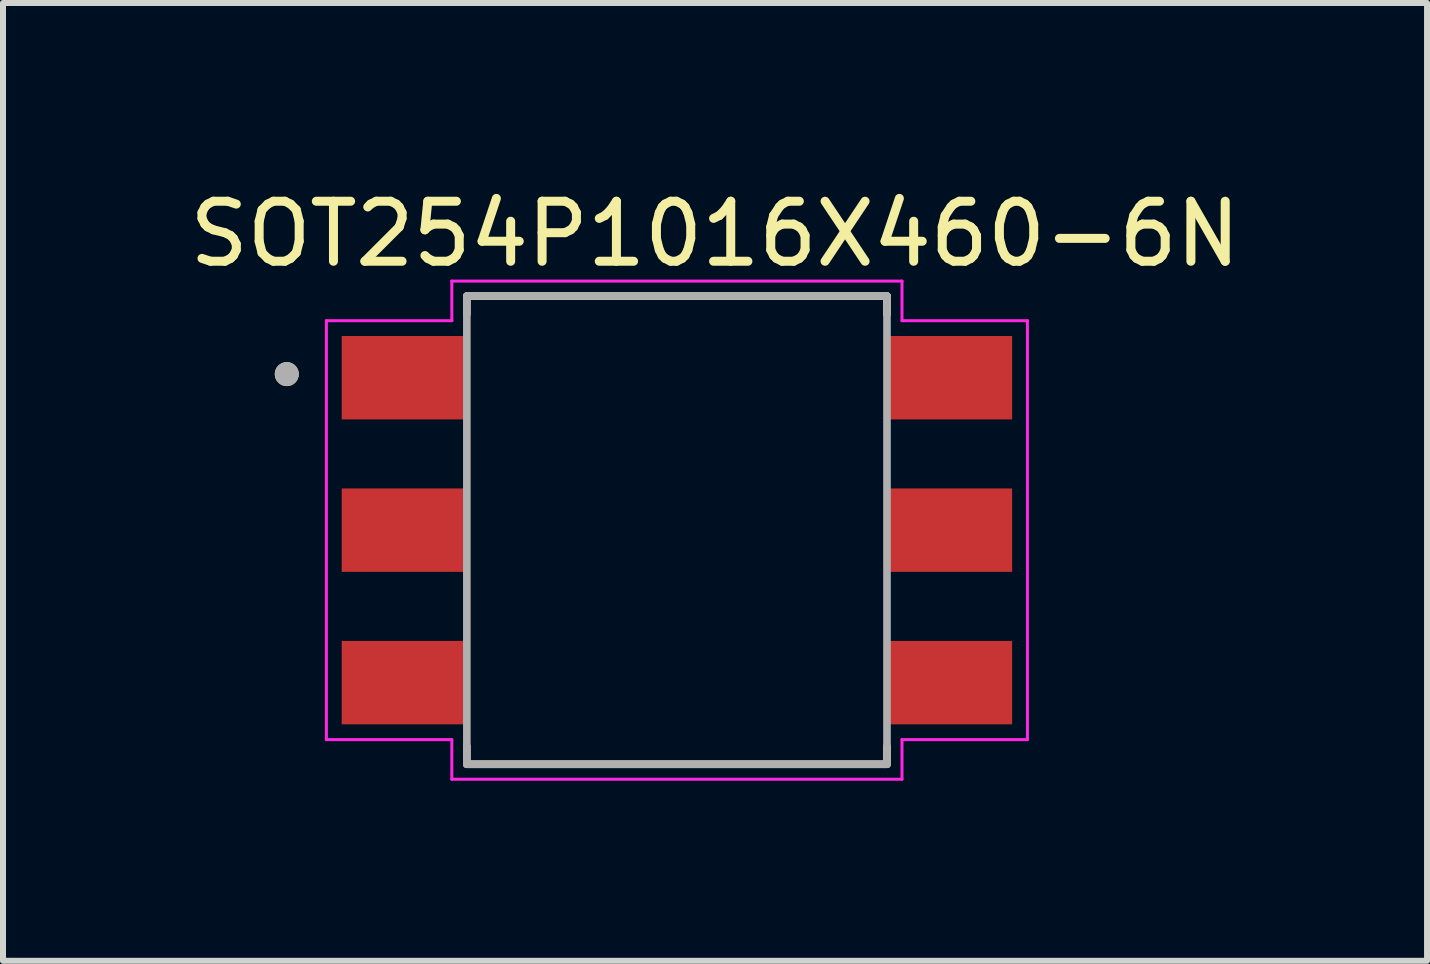
<source format=kicad_pcb>
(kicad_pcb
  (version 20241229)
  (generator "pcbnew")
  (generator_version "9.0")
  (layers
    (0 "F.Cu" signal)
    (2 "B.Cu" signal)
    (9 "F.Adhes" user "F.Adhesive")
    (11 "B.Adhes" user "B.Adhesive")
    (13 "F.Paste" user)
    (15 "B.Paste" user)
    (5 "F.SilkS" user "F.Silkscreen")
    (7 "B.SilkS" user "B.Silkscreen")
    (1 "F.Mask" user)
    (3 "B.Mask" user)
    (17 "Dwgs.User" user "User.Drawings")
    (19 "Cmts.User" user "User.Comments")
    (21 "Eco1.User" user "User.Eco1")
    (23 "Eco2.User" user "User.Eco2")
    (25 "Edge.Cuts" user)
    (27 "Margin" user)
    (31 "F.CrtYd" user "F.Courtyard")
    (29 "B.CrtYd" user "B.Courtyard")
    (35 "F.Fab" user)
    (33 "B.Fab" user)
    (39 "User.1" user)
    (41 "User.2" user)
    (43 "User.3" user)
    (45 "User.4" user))
  (footprint "SOT254P1016X460-6N"
    (layer "F.Cu")
    (at 8.228 5.783)
    (property "Reference" "SOT254P1016X460-6N" (at 0.635 -4.935 0) (layer "F.SilkS") (effects (font (size 1 1) (thickness 0.15))))
    (attr through_hole)
    (fp_line (start -3.5 -3.9) (end 3.5 -3.9) (stroke (width 0.127) (type solid)) (layer "F.SilkS"))
    (fp_line (start -3.5 -3.6) (end -3.5 -3.9) (stroke (width 0.127) (type solid)) (layer "F.SilkS"))
    (fp_line (start -3.5 3.6) (end -3.5 3.9) (stroke (width 0.127) (type solid)) (layer "F.SilkS"))
    (fp_line (start -3.5 3.9) (end 3.5 3.9) (stroke (width 0.127) (type solid)) (layer "F.SilkS"))
    (fp_line (start 3.5 -3.9) (end 3.5 -3.6) (stroke (width 0.127) (type solid)) (layer "F.SilkS"))
    (fp_line (start 3.5 3.9) (end 3.5 3.6) (stroke (width 0.127) (type solid)) (layer "F.SilkS"))
    (fp_circle (center -6.5 -2.6) (end -6.4 -2.6) (stroke (width 0.2) (type solid)) (fill no) (layer "F.SilkS"))
    (fp_line (start -5.84 -3.49) (end -3.75 -3.49) (stroke (width 0.05) (type solid)) (layer "F.CrtYd"))
    (fp_line (start -5.84 3.49) (end -5.84 -3.49) (stroke (width 0.05) (type solid)) (layer "F.CrtYd"))
    (fp_line (start -3.75 -4.15) (end 3.75 -4.15) (stroke (width 0.05) (type solid)) (layer "F.CrtYd"))
    (fp_line (start -3.75 -3.49) (end -3.75 -4.15) (stroke (width 0.05) (type solid)) (layer "F.CrtYd"))
    (fp_line (start -3.75 3.49) (end -5.84 3.49) (stroke (width 0.05) (type solid)) (layer "F.CrtYd"))
    (fp_line (start -3.75 4.15) (end -3.75 3.49) (stroke (width 0.05) (type solid)) (layer "F.CrtYd"))
    (fp_line (start 3.75 -4.15) (end 3.75 -3.49) (stroke (width 0.05) (type solid)) (layer "F.CrtYd"))
    (fp_line (start 3.75 -3.49) (end 5.84 -3.49) (stroke (width 0.05) (type solid)) (layer "F.CrtYd"))
    (fp_line (start 3.75 3.49) (end 3.75 4.15) (stroke (width 0.05) (type solid)) (layer "F.CrtYd"))
    (fp_line (start 3.75 4.15) (end -3.75 4.15) (stroke (width 0.05) (type solid)) (layer "F.CrtYd"))
    (fp_line (start 5.84 -3.49) (end 5.84 3.49) (stroke (width 0.05) (type solid)) (layer "F.CrtYd"))
    (fp_line (start 5.84 3.49) (end 3.75 3.49) (stroke (width 0.05) (type solid)) (layer "F.CrtYd"))
    (fp_line (start -3.5 -3.9) (end 3.5 -3.9) (stroke (width 0.127) (type solid)) (layer "F.Fab"))
    (fp_line (start -3.5 3.9) (end -3.5 -3.9) (stroke (width 0.127) (type solid)) (layer "F.Fab"))
    (fp_line (start 3.5 -3.9) (end 3.5 3.9) (stroke (width 0.127) (type solid)) (layer "F.Fab"))
    (fp_line (start 3.5 3.9) (end -3.5 3.9) (stroke (width 0.127) (type solid)) (layer "F.Fab"))
    (fp_circle (center -6.5 -2.6) (end -6.4 -2.6) (stroke (width 0.2) (type solid)) (fill no) (layer "F.Fab"))
    (pad "1" smd rect (at -4.54 -2.54) (size 2.09 1.39) (layers "F.Cu" "F.Mask" "F.Paste"))
    (pad "2" smd rect (at -4.54 0) (size 2.09 1.39) (layers "F.Cu" "F.Mask" "F.Paste"))
    (pad "3" smd rect (at -4.54 2.54) (size 2.09 1.39) (layers "F.Cu" "F.Mask" "F.Paste"))
    (pad "4" smd rect (at 4.54 2.54) (size 2.09 1.39) (layers "F.Cu" "F.Mask" "F.Paste"))
    (pad "5" smd rect (at 4.54 0) (size 2.09 1.39) (layers "F.Cu" "F.Mask" "F.Paste"))
    (pad "6" smd rect (at 4.54 -2.54) (size 2.09 1.39) (layers "F.Cu" "F.Mask" "F.Paste")))
  (gr_rect
    (start -3 -3)
    (end 20.726 12.958)
    (stroke (width 0.1) (type default))
    (fill no)
    (layer "Edge.Cuts")))
</source>
